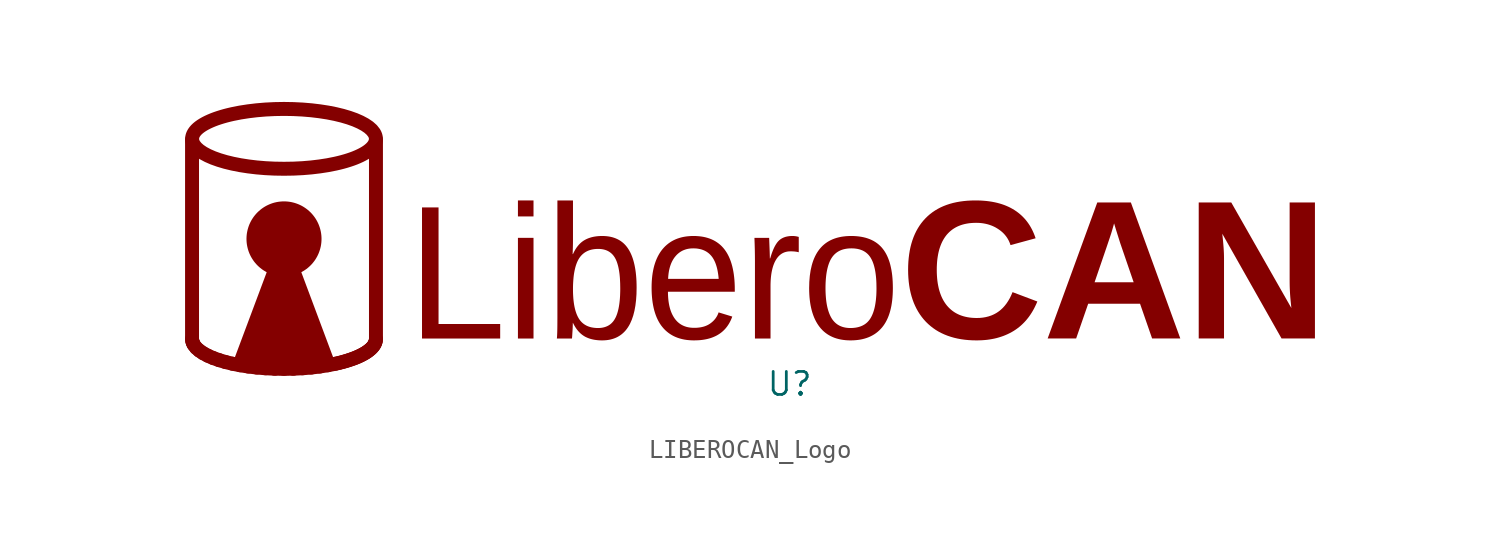
<source format=kicad_sym>
(kicad_symbol_lib
  (version 20231120)
  (generator "kicad_symbol_editor")
  (generator_version "8.0")
  (symbol "LIBEROCAN_Logo"
    (property "Reference" "U"
      (at 0 0 0)
      (effects (font (size 1.27 1.27))))
    (property "Value" ""
      (at 0 0 0)
      (effects (font (size 1.27 1.27))))
    (symbol "LIBEROCAN_Logo_1_0"
      (polyline (pts (xy -33.02 2.54) (xy -33.02 13.489)) (stroke (width 0.771) (type solid) (color 132 0 0 1)) (fill (type none)))
      (polyline (pts (xy -33.01 2.401) (xy -33.017 2.486)) (stroke (width 0.771) (type solid) (color 132 0 0 1)) (fill (type none)))
      (polyline (pts (xy -32.991 2.317) (xy -33.01 2.401)) (stroke (width 0.771) (type solid) (color 132 0 0 1)) (fill (type none)))
      (polyline (pts (xy -32.958 2.234) (xy -32.991 2.317)) (stroke (width 0.771) (type solid) (color 132 0 0 1)) (fill (type none)))
      (polyline (pts (xy -32.914 2.153) (xy -32.958 2.234)) (stroke (width 0.771) (type solid) (color 132 0 0 1)) (fill (type none)))
      (polyline (pts (xy -32.789 1.994) (xy -32.914 2.153)) (stroke (width 0.771) (type solid) (color 132 0 0 1)) (fill (type none)))
      (polyline (pts (xy -32.618 1.843) (xy -32.789 1.994)) (stroke (width 0.771) (type solid) (color 132 0 0 1)) (fill (type none)))
      (polyline (pts (xy -32.404 1.698) (xy -32.618 1.843)) (stroke (width 0.771) (type solid) (color 132 0 0 1)) (fill (type none)))
      (polyline (pts (xy -32.15 1.562) (xy -32.404 1.698)) (stroke (width 0.771) (type solid) (color 132 0 0 1)) (fill (type none)))
      (polyline (pts (xy -31.857 1.434) (xy -32.15 1.562)) (stroke (width 0.771) (type solid) (color 132 0 0 1)) (fill (type none)))
      (polyline (pts (xy -31.529 1.317) (xy -31.857 1.434)) (stroke (width 0.771) (type solid) (color 132 0 0 1)) (fill (type none)))
      (polyline (pts (xy -31.169 1.21) (xy -31.529 1.317)) (stroke (width 0.771) (type solid) (color 132 0 0 1)) (fill (type none)))
      (polyline (pts (xy -30.778 1.115) (xy -31.169 1.21)) (stroke (width 0.771) (type solid) (color 132 0 0 1)) (fill (type none)))
      (polyline (pts (xy -30.359 1.032) (xy -30.778 1.115)) (stroke (width 0.771) (type solid) (color 132 0 0 1)) (fill (type none)))
      (polyline (pts (xy -29.915 0.963) (xy -30.359 1.032)) (stroke (width 0.771) (type solid) (color 132 0 0 1)) (fill (type none)))
      (polyline (pts (xy -29.449 0.907) (xy -29.915 0.963)) (stroke (width 0.771) (type solid) (color 132 0 0 1)) (fill (type none)))
      (polyline (pts (xy -28.962 0.866) (xy -29.449 0.907)) (stroke (width 0.771) (type solid) (color 132 0 0 1)) (fill (type none)))
      (polyline (pts (xy -28.458 0.841) (xy -28.962 0.866)) (stroke (width 0.771) (type solid) (color 132 0 0 1)) (fill (type none)))
      (polyline (pts (xy -27.938 0.833) (xy -28.458 0.841)) (stroke (width 0.771) (type solid) (color 132 0 0 1)) (fill (type none)))
      (polyline (pts (xy -27.419 0.841) (xy -27.938 0.833)) (stroke (width 0.771) (type solid) (color 132 0 0 1)) (fill (type none)))
      (polyline (pts (xy -26.915 0.866) (xy -27.419 0.841)) (stroke (width 0.771) (type solid) (color 132 0 0 1)) (fill (type none)))
      (polyline (pts (xy -26.428 0.907) (xy -26.915 0.866)) (stroke (width 0.771) (type solid) (color 132 0 0 1)) (fill (type none)))
      (polyline (pts (xy -25.962 0.963) (xy -26.428 0.907)) (stroke (width 0.771) (type solid) (color 132 0 0 1)) (fill (type none)))
      (polyline (pts (xy -25.518 1.032) (xy -25.962 0.963)) (stroke (width 0.771) (type solid) (color 132 0 0 1)) (fill (type none)))
      (polyline (pts (xy -25.099 1.115) (xy -25.518 1.032)) (stroke (width 0.771) (type solid) (color 132 0 0 1)) (fill (type none)))
      (polyline (pts (xy -24.9 1.161) (xy -25.099 1.115)) (stroke (width 0.771) (type solid) (color 132 0 0 1)) (fill (type none)))
      (polyline (pts (xy -24.708 1.21) (xy -24.9 1.161)) (stroke (width 0.771) (type solid) (color 132 0 0 1)) (fill (type none)))
      (polyline (pts (xy -24.524 1.262) (xy -24.708 1.21)) (stroke (width 0.771) (type solid) (color 132 0 0 1)) (fill (type none)))
      (polyline (pts (xy -24.347 1.317) (xy -24.524 1.262)) (stroke (width 0.771) (type solid) (color 132 0 0 1)) (fill (type none)))
      (polyline (pts (xy -24.179 1.374) (xy -24.347 1.317)) (stroke (width 0.771) (type solid) (color 132 0 0 1)) (fill (type none)))
      (polyline (pts (xy -24.019 1.434) (xy -24.179 1.374)) (stroke (width 0.771) (type solid) (color 132 0 0 1)) (fill (type none)))
      (polyline (pts (xy -23.869 1.497) (xy -24.019 1.434)) (stroke (width 0.771) (type solid) (color 132 0 0 1)) (fill (type none)))
      (polyline (pts (xy -23.727 1.562) (xy -23.869 1.497)) (stroke (width 0.771) (type solid) (color 132 0 0 1)) (fill (type none)))
      (polyline (pts (xy -23.595 1.629) (xy -23.727 1.562)) (stroke (width 0.771) (type solid) (color 132 0 0 1)) (fill (type none)))
      (polyline (pts (xy -23.473 1.698) (xy -23.595 1.629)) (stroke (width 0.771) (type solid) (color 132 0 0 1)) (fill (type none)))
      (polyline (pts (xy -23.36 1.769) (xy -23.473 1.698)) (stroke (width 0.771) (type solid) (color 132 0 0 1)) (fill (type none)))
      (polyline (pts (xy -23.259 1.843) (xy -23.36 1.769)) (stroke (width 0.771) (type solid) (color 132 0 0 1)) (fill (type none)))
      (polyline (pts (xy -23.168 1.918) (xy -23.259 1.843)) (stroke (width 0.771) (type solid) (color 132 0 0 1)) (fill (type none)))
      (polyline (pts (xy -23.088 1.994) (xy -23.168 1.918)) (stroke (width 0.771) (type solid) (color 132 0 0 1)) (fill (type none)))
      (polyline (pts (xy -23.02 2.073) (xy -23.088 1.994)) (stroke (width 0.771) (type solid) (color 132 0 0 1)) (fill (type none)))
      (polyline (pts (xy -22.963 2.153) (xy -23.02 2.073)) (stroke (width 0.771) (type solid) (color 132 0 0 1)) (fill (type none)))
      (polyline (pts (xy -22.918 2.234) (xy -22.963 2.153)) (stroke (width 0.771) (type solid) (color 132 0 0 1)) (fill (type none)))
      (polyline (pts (xy -22.886 2.317) (xy -22.918 2.234)) (stroke (width 0.771) (type solid) (color 132 0 0 1)) (fill (type none)))
      (polyline (pts (xy -22.866 2.401) (xy -22.886 2.317)) (stroke (width 0.771) (type solid) (color 132 0 0 1)) (fill (type none)))
      (polyline (pts (xy -22.86 2.486) (xy -22.866 2.401)) (stroke (width 0.771) (type solid) (color 132 0 0 1)) (fill (type none)))
      (polyline (pts (xy -22.857 13.489) (xy -22.857 2.54)) (stroke (width 0.771) (type solid) (color 132 0 0 1)) (fill (type none)))
      (polyline (pts (xy -25.054 1.02) (xy -30.823 1.02) (xy -27.938 8.729) (xy -25.054 1.02)) (stroke (width -0.0001) (type solid)) (fill (type color) (color 132 0 0 1)))
      (polyline (pts (xy -14.151 2.509) (xy -15.012 2.509) (xy -15.012 8.073) (xy -14.151 8.073) (xy -14.151 2.509)) (stroke (width -0.0001) (type solid)) (fill (type color) (color 132 0 0 1)))
      (polyline (pts (xy -14.151 9.256) (xy -15.012 9.256) (xy -15.012 10.14) (xy -14.151 10.14) (xy -14.151 9.256)) (stroke (width -0.0001) (type solid)) (fill (type color) (color 132 0 0 1)))
      (polyline (pts (xy -19.399 3.312) (xy -15.993 3.312) (xy -15.993 2.509) (xy -20.312 2.509) (xy -20.312 9.754) (xy -19.399 9.754) (xy -19.399 3.312)) (stroke (width -0.0001) (type solid)) (fill (type color) (color 132 0 0 1)))
      (polyline (pts (xy 21.589 2.513) (xy 20.031 2.513) (xy 19.364 4.433) (xy 16.5 4.433) (xy 15.834 2.513) (xy 14.26 2.513) (xy 15.393 5.617) (xy 16.852 5.617) (xy 19.012 5.617) (xy 18.271 7.777) (xy 18.042 8.503) (xy 17.93 8.871) (xy 17.898 8.753) (xy 17.87 8.654) (xy 17.839 8.548) (xy 17.806 8.435) (xy 17.77 8.316) (xy 17.684 8.055) (xy 17.503 7.519) (xy 16.852 5.617) (xy 15.393 5.617) (xy 17.002 10.028) (xy 18.858 10.028) (xy 21.589 2.513)) (stroke (width -0.0001) (type solid)) (fill (type color) (color 132 0 0 1)))
      (polyline (pts (xy 27.727 4.193) (xy 27.705 4.392) (xy 27.686 4.587) (xy 27.669 4.777) (xy 27.655 4.963) (xy 27.645 5.144) (xy 27.637 5.32) (xy 27.633 5.492) (xy 27.631 5.66) (xy 27.631 10.028) (xy 29.029 10.028) (xy 29.029 2.513) (xy 27.183 2.513) (xy 23.909 8.3) (xy 23.951 7.899) (xy 23.967 7.715) (xy 23.981 7.54) (xy 23.991 7.376) (xy 23.999 7.222) (xy 24.003 7.079) (xy 24.005 6.945) (xy 24.005 2.513) (xy 22.607 2.513) (xy 22.607 10.028) (xy 24.405 10.028) (xy 27.727 4.193)) (stroke (width -0.0001) (type solid)) (fill (type color) (color 132 0 0 1)))
      (polyline (pts (xy -27.419 15.188) (xy -26.915 15.163) (xy -26.428 15.122) (xy -25.962 15.066) (xy -25.518 14.997) (xy -25.099 14.914) (xy -24.708 14.819) (xy -24.347 14.712) (xy -24.019 14.595) (xy -23.727 14.467) (xy -23.473 14.331) (xy -23.259 14.187) (xy -23.088 14.035) (xy -22.963 13.876) (xy -22.918 13.795) (xy -22.886 13.712) (xy -22.866 13.628) (xy -22.86 13.543) (xy -22.866 13.458) (xy -22.886 13.374) (xy -22.918 13.291) (xy -22.963 13.21) (xy -23.02 13.13) (xy -23.088 13.051) (xy -23.168 12.975) (xy -23.259 12.899) (xy -23.36 12.826) (xy -23.473 12.755) (xy -23.595 12.686) (xy -23.727 12.619) (xy -23.869 12.554) (xy -24.019 12.491) (xy -24.179 12.431) (xy -24.347 12.374) (xy -24.524 12.319) (xy -24.708 12.267) (xy -24.9 12.218) (xy -25.099 12.172) (xy -25.518 12.089) (xy -25.962 12.02) (xy -26.428 11.964) (xy -26.915 11.923) (xy -27.419 11.898) (xy -27.938 11.89) (xy -28.458 11.898) (xy -28.962 11.923) (xy -29.449 11.964) (xy -29.915 12.02) (xy -30.359 12.089) (xy -30.778 12.172) (xy -31.169 12.267) (xy -31.529 12.374) (xy -31.857 12.491) (xy -32.15 12.619) (xy -32.404 12.755) (xy -32.618 12.899) (xy -32.789 13.051) (xy -32.914 13.21) (xy -32.958 13.291) (xy -32.991 13.374) (xy -33.01 13.458) (xy -33.017 13.543) (xy -33.01 13.628) (xy -32.991 13.712) (xy -32.958 13.795) (xy -32.914 13.876) (xy -32.857 13.956) (xy -32.789 14.035) (xy -32.709 14.112) (xy -32.618 14.187) (xy -32.516 14.26) (xy -32.404 14.331) (xy -32.282 14.4) (xy -32.15 14.467) (xy -32.008 14.532) (xy -31.857 14.595) (xy -31.698 14.655) (xy -31.529 14.712) (xy -31.353 14.767) (xy -31.169 14.819) (xy -30.977 14.868) (xy -30.778 14.914) (xy -30.359 14.997) (xy -29.915 15.066) (xy -29.449 15.122) (xy -28.962 15.163) (xy -28.458 15.188) (xy -27.938 15.197) (xy -27.419 15.188)) (stroke (width 0.771) (type solid) (color 132 0 0 1)) (fill (type none)))
      (polyline (pts (xy 0.2 8.175) (xy 0.243 8.173) (xy 0.286 8.169) (xy 0.33 8.163) (xy 0.374 8.156) (xy 0.418 8.147) (xy 0.462 8.136) (xy 0.506 8.124) (xy 0.506 7.276) (xy 0.484 7.282) (xy 0.461 7.288) (xy 0.437 7.293) (xy 0.412 7.298) (xy 0.387 7.303) (xy 0.36 7.307) (xy 0.305 7.314) (xy 0.246 7.32) (xy 0.183 7.324) (xy 0.117 7.327) (xy 0.046 7.327) (xy -0.019 7.325) (xy -0.083 7.32) (xy -0.145 7.31) (xy -0.205 7.296) (xy -0.264 7.279) (xy -0.32 7.257) (xy -0.374 7.232) (xy -0.426 7.203) (xy -0.476 7.17) (xy -0.524 7.133) (xy -0.57 7.092) (xy -0.615 7.047) (xy -0.657 6.998) (xy -0.697 6.946) (xy -0.735 6.889) (xy -0.771 6.829) (xy -0.806 6.765) (xy -0.838 6.699) (xy -0.867 6.628) (xy -0.895 6.555) (xy -0.92 6.478) (xy -0.943 6.398) (xy -0.964 6.314) (xy -0.983 6.227) (xy -1 6.137) (xy -1.014 6.043) (xy -1.026 5.946) (xy -1.036 5.845) (xy -1.044 5.741) (xy -1.049 5.634) (xy -1.053 5.523) (xy -1.054 5.409) (xy -1.054 2.509) (xy -1.915 2.509) (xy -1.915 6.777) (xy -1.917 7.078) (xy -1.922 7.394) (xy -1.931 7.726) (xy -1.943 8.073) (xy -1.13 8.073) (xy -1.101 7.316) (xy -1.094 7.079) (xy -1.092 6.937) (xy -1.073 6.937) (xy -1.02 7.108) (xy -0.994 7.189) (xy -0.966 7.266) (xy -0.938 7.339) (xy -0.91 7.409) (xy -0.881 7.475) (xy -0.852 7.538) (xy -0.822 7.598) (xy -0.791 7.653) (xy -0.761 7.705) (xy -0.729 7.754) (xy -0.698 7.799) (xy -0.665 7.841) (xy -0.632 7.879) (xy -0.599 7.914) (xy -0.565 7.945) (xy -0.529 7.975) (xy -0.491 8.003) (xy -0.452 8.028) (xy -0.41 8.052) (xy -0.367 8.073) (xy -0.323 8.093) (xy -0.276 8.11) (xy -0.228 8.126) (xy -0.178 8.139) (xy -0.127 8.15) (xy -0.074 8.159) (xy -0.019 8.167) (xy 0.038 8.172) (xy 0.096 8.175) (xy 0.157 8.176) (xy 0.2 8.175)) (stroke (width -0.0001) (type solid)) (fill (type color) (color 132 0 0 1)))
      (polyline (pts (xy -27.835 10.085) (xy -27.733 10.078) (xy -27.632 10.065) (xy -27.532 10.048) (xy -27.433 10.025) (xy -27.335 9.998) (xy -27.239 9.966) (xy -27.145 9.93) (xy -27.052 9.889) (xy -26.962 9.844) (xy -26.874 9.794) (xy -26.788 9.739) (xy -26.705 9.681) (xy -26.624 9.618) (xy -26.547 9.551) (xy -26.472 9.481) (xy -26.401 9.406) (xy -26.335 9.329) (xy -26.272 9.248) (xy -26.213 9.165) (xy -26.159 9.079) (xy -26.109 8.991) (xy -26.064 8.9) (xy -26.023 8.808) (xy -25.987 8.714) (xy -25.955 8.618) (xy -25.928 8.52) (xy -25.905 8.421) (xy -25.888 8.321) (xy -25.875 8.22) (xy -25.868 8.117) (xy -25.865 8.015) (xy -25.868 7.912) (xy -25.875 7.81) (xy -25.888 7.708) (xy -25.905 7.608) (xy -25.928 7.509) (xy -25.955 7.412) (xy -25.987 7.316) (xy -26.023 7.221) (xy -26.064 7.129) (xy -26.109 7.038) (xy -26.159 6.95) (xy -26.213 6.864) (xy -26.272 6.781) (xy -26.335 6.701) (xy -26.401 6.623) (xy -26.472 6.549) (xy -26.547 6.478) (xy -26.624 6.411) (xy -26.705 6.348) (xy -26.788 6.29) (xy -26.874 6.236) (xy -26.962 6.186) (xy -27.052 6.14) (xy -27.145 6.099) (xy -27.239 6.063) (xy -27.335 6.031) (xy -27.433 6.004) (xy -27.532 5.982) (xy -27.632 5.964) (xy -27.733 5.952) (xy -27.835 5.944) (xy -27.938 5.941) (xy -28.045 5.944) (xy -28.15 5.952) (xy -28.254 5.965) (xy -28.356 5.984) (xy -28.456 6.007) (xy -28.555 6.035) (xy -28.651 6.067) (xy -28.745 6.104) (xy -28.837 6.146) (xy -28.927 6.192) (xy -29.013 6.242) (xy -29.098 6.295) (xy -29.179 6.353) (xy -29.257 6.415) (xy -29.332 6.48) (xy -29.404 6.549) (xy -29.473 6.621) (xy -29.538 6.696) (xy -29.6 6.774) (xy -29.657 6.856) (xy -29.711 6.94) (xy -29.761 7.026) (xy -29.807 7.116) (xy -29.849 7.208) (xy -29.886 7.302) (xy -29.918 7.398) (xy -29.946 7.497) (xy -29.969 7.597) (xy -29.988 7.699) (xy -30.001 7.803) (xy -30.009 7.908) (xy -30.012 8.015) (xy -30.009 8.121) (xy -30.001 8.227) (xy -29.988 8.33) (xy -29.969 8.432) (xy -29.946 8.533) (xy -29.918 8.631) (xy -29.886 8.727) (xy -29.849 8.822) (xy -29.807 8.913) (xy -29.761 9.003) (xy -29.711 9.09) (xy -29.657 9.174) (xy -29.6 9.255) (xy -29.538 9.333) (xy -29.473 9.409) (xy -29.404 9.481) (xy -29.332 9.549) (xy -29.257 9.614) (xy -29.179 9.676) (xy -29.098 9.734) (xy -29.013 9.788) (xy -28.927 9.838) (xy -28.837 9.883) (xy -28.745 9.925) (xy -28.651 9.962) (xy -28.555 9.995) (xy -28.456 10.023) (xy -28.356 10.046) (xy -28.254 10.064) (xy -28.15 10.077) (xy -28.045 10.085) (xy -27.938 10.088) (xy -27.835 10.085)) (stroke (width -0.0001) (type solid)) (fill (type color) (color 132 0 0 1)))
      (polyline (pts (xy 10.434 10.138) (xy 10.594 10.132) (xy 10.75 10.121) (xy 10.902 10.107) (xy 11.05 10.088) (xy 11.194 10.065) (xy 11.334 10.038) (xy 11.471 10.007) (xy 11.604 9.971) (xy 11.733 9.932) (xy 11.858 9.888) (xy 11.979 9.84) (xy 12.096 9.788) (xy 12.21 9.732) (xy 12.32 9.671) (xy 12.426 9.607) (xy 12.528 9.539) (xy 12.626 9.467) (xy 12.72 9.391) (xy 12.811 9.311) (xy 12.897 9.228) (xy 12.98 9.14) (xy 13.059 9.049) (xy 13.134 8.953) (xy 13.205 8.854) (xy 13.272 8.751) (xy 13.335 8.644) (xy 13.395 8.533) (xy 13.45 8.418) (xy 13.502 8.299) (xy 13.55 8.176) (xy 13.594 8.049) (xy 12.207 7.671) (xy 12.184 7.74) (xy 12.158 7.808) (xy 12.129 7.874) (xy 12.098 7.939) (xy 12.064 8.001) (xy 12.027 8.062) (xy 11.988 8.12) (xy 11.946 8.177) (xy 11.901 8.232) (xy 11.854 8.286) (xy 11.804 8.337) (xy 11.751 8.387) (xy 11.696 8.434) (xy 11.638 8.48) (xy 11.577 8.524) (xy 11.514 8.567) (xy 11.449 8.607) (xy 11.383 8.646) (xy 11.315 8.681) (xy 11.246 8.714) (xy 11.175 8.744) (xy 11.103 8.771) (xy 11.03 8.796) (xy 10.955 8.819) (xy 10.879 8.838) (xy 10.801 8.855) (xy 10.721 8.87) (xy 10.64 8.882) (xy 10.558 8.891) (xy 10.475 8.898) (xy 10.389 8.901) (xy 10.303 8.903) (xy 10.171 8.9) (xy 10.044 8.892) (xy 9.921 8.88) (xy 9.802 8.861) (xy 9.686 8.838) (xy 9.575 8.81) (xy 9.467 8.776) (xy 9.364 8.737) (xy 9.265 8.694) (xy 9.169 8.644) (xy 9.078 8.59) (xy 8.991 8.531) (xy 8.908 8.466) (xy 8.828 8.396) (xy 8.753 8.321) (xy 8.681 8.241) (xy 8.615 8.156) (xy 8.553 8.066) (xy 8.495 7.972) (xy 8.441 7.872) (xy 8.392 7.768) (xy 8.347 7.659) (xy 8.306 7.545) (xy 8.269 7.427) (xy 8.237 7.303) (xy 8.209 7.175) (xy 8.186 7.042) (xy 8.166 6.904) (xy 8.151 6.762) (xy 8.141 6.614) (xy 8.134 6.462) (xy 8.132 6.305) (xy 8.134 6.146) (xy 8.141 5.991) (xy 8.152 5.841) (xy 8.167 5.696) (xy 8.187 5.555) (xy 8.212 5.42) (xy 8.24 5.289) (xy 8.273 5.163) (xy 8.311 5.041) (xy 8.353 4.925) (xy 8.399 4.813) (xy 8.45 4.706) (xy 8.505 4.604) (xy 8.565 4.507) (xy 8.629 4.414) (xy 8.697 4.327) (xy 8.771 4.244) (xy 8.848 4.167) (xy 8.929 4.095) (xy 9.014 4.028) (xy 9.103 3.966) (xy 9.196 3.91) (xy 9.293 3.86) (xy 9.393 3.814) (xy 9.498 3.775) (xy 9.607 3.74) (xy 9.719 3.711) (xy 9.835 3.687) (xy 9.956 3.668) (xy 10.08 3.655) (xy 10.208 3.647) (xy 10.34 3.644) (xy 10.515 3.649) (xy 10.683 3.666) (xy 10.844 3.694) (xy 10.998 3.733) (xy 11.145 3.783) (xy 11.216 3.813) (xy 11.286 3.845) (xy 11.354 3.88) (xy 11.42 3.917) (xy 11.484 3.958) (xy 11.547 4.001) (xy 11.608 4.047) (xy 11.667 4.096) (xy 11.781 4.202) (xy 11.887 4.319) (xy 11.987 4.448) (xy 12.08 4.588) (xy 12.167 4.738) (xy 12.246 4.9) (xy 12.319 5.073) (xy 13.69 4.556) (xy 13.633 4.422) (xy 13.572 4.293) (xy 13.509 4.167) (xy 13.442 4.046) (xy 13.372 3.93) (xy 13.299 3.818) (xy 13.223 3.71) (xy 13.143 3.607) (xy 13.06 3.507) (xy 12.974 3.413) (xy 12.884 3.322) (xy 12.792 3.236) (xy 12.696 3.154) (xy 12.596 3.076) (xy 12.494 3.003) (xy 12.388 2.934) (xy 12.28 2.87) (xy 12.17 2.811) (xy 12.056 2.755) (xy 11.94 2.704) (xy 11.822 2.656) (xy 11.7 2.613) (xy 11.576 2.574) (xy 11.45 2.538) (xy 11.32 2.507) (xy 11.188 2.481) (xy 11.053 2.458) (xy 10.916 2.439) (xy 10.776 2.425) (xy 10.633 2.415) (xy 10.488 2.409) (xy 10.34 2.406) (xy 10.117 2.41) (xy 9.9 2.422) (xy 9.689 2.442) (xy 9.485 2.47) (xy 9.287 2.506) (xy 9.096 2.55) (xy 8.911 2.603) (xy 8.732 2.663) (xy 8.56 2.731) (xy 8.394 2.807) (xy 8.235 2.89) (xy 8.082 2.982) (xy 7.936 3.083) (xy 7.796 3.191) (xy 7.662 3.307) (xy 7.535 3.43) (xy 7.415 3.562) (xy 7.303 3.701) (xy 7.199 3.845) (xy 7.103 3.996) (xy 7.014 4.154) (xy 6.934 4.317) (xy 6.86 4.487) (xy 6.795 4.664) (xy 6.737 4.847) (xy 6.687 5.036) (xy 6.644 5.232) (xy 6.61 5.434) (xy 6.583 5.642) (xy 6.564 5.857) (xy 6.552 6.078) (xy 6.548 6.305) (xy 6.552 6.533) (xy 6.563 6.755) (xy 6.582 6.969) (xy 6.608 7.177) (xy 6.641 7.378) (xy 6.682 7.573) (xy 6.731 7.76) (xy 6.787 7.941) (xy 6.85 8.116) (xy 6.921 8.283) (xy 6.999 8.444) (xy 7.085 8.598) (xy 7.178 8.746) (xy 7.279 8.887) (xy 7.387 9.021) (xy 7.503 9.148) (xy 7.625 9.268) (xy 7.755 9.381) (xy 7.891 9.485) (xy 8.034 9.582) (xy 8.183 9.671) (xy 8.339 9.753) (xy 8.502 9.826) (xy 8.672 9.892) (xy 8.848 9.95) (xy 9.032 10.001) (xy 9.221 10.043) (xy 9.418 10.078) (xy 9.621 10.105) (xy 9.831 10.125) (xy 10.047 10.136) (xy 10.271 10.14) (xy 10.434 10.138)) (stroke (width -0.0001) (type solid)) (fill (type color) (color 132 0 0 1)))
      (polyline (pts (xy -5.171 8.173) (xy -5.035 8.164) (xy -4.903 8.15) (xy -4.776 8.13) (xy -4.654 8.104) (xy -4.536 8.072) (xy -4.422 8.034) (xy -4.313 7.991) (xy -4.208 7.942) (xy -4.108 7.887) (xy -4.012 7.826) (xy -3.921 7.76) (xy -3.834 7.688) (xy -3.751 7.61) (xy -3.673 7.526) (xy -3.6 7.437) (xy -3.531 7.341) (xy -3.466 7.24) (xy -3.406 7.133) (xy -3.35 7.021) (xy -3.299 6.902) (xy -3.252 6.778) (xy -3.21 6.648) (xy -3.172 6.513) (xy -3.139 6.371) (xy -3.11 6.224) (xy -3.085 6.071) (xy -3.065 5.912) (xy -3.049 5.747) (xy -3.038 5.577) (xy -3.031 5.401) (xy -3.029 5.219) (xy -3.029 5.096) (xy -6.722 5.096) (xy -6.721 4.978) (xy -6.716 4.864) (xy -6.709 4.753) (xy -6.699 4.645) (xy -6.686 4.541) (xy -6.67 4.44) (xy -6.652 4.343) (xy -6.63 4.249) (xy -6.606 4.158) (xy -6.578 4.071) (xy -6.548 3.987) (xy -6.515 3.907) (xy -6.479 3.83) (xy -6.44 3.757) (xy -6.399 3.687) (xy -6.354 3.62) (xy -6.307 3.557) (xy -6.256 3.498) (xy -6.204 3.443) (xy -6.149 3.393) (xy -6.09 3.346) (xy -6.061 3.324) (xy -6.03 3.304) (xy -5.999 3.284) (xy -5.967 3.265) (xy -5.901 3.231) (xy -5.832 3.2) (xy -5.761 3.174) (xy -5.687 3.151) (xy -5.61 3.133) (xy -5.531 3.119) (xy -5.449 3.109) (xy -5.365 3.103) (xy -5.278 3.101) (xy -5.208 3.102) (xy -5.141 3.104) (xy -5.076 3.109) (xy -5.012 3.116) (xy -4.95 3.124) (xy -4.889 3.135) (xy -4.831 3.147) (xy -4.774 3.161) (xy -4.719 3.177) (xy -4.666 3.195) (xy -4.614 3.215) (xy -4.565 3.237) (xy -4.516 3.26) (xy -4.47 3.286) (xy -4.426 3.313) (xy -4.383 3.342) (xy -4.341 3.373) (xy -4.302 3.405) (xy -4.263 3.438) (xy -4.227 3.471) (xy -4.192 3.506) (xy -4.159 3.542) (xy -4.128 3.578) (xy -4.098 3.616) (xy -4.071 3.655) (xy -4.045 3.695) (xy -4.02 3.735) (xy -3.997 3.777) (xy -3.976 3.82) (xy -3.957 3.864) (xy -3.94 3.908) (xy -3.924 3.954) (xy -3.168 3.723) (xy -3.198 3.642) (xy -3.231 3.563) (xy -3.265 3.488) (xy -3.303 3.414) (xy -3.342 3.344) (xy -3.384 3.276) (xy -3.428 3.21) (xy -3.474 3.147) (xy -3.522 3.087) (xy -3.573 3.029) (xy -3.627 2.973) (xy -3.682 2.921) (xy -3.74 2.87) (xy -3.8 2.823) (xy -3.863 2.778) (xy -3.927 2.736) (xy -3.994 2.696) (xy -4.064 2.658) (xy -4.136 2.624) (xy -4.21 2.592) (xy -4.286 2.562) (xy -4.364 2.535) (xy -4.445 2.511) (xy -4.529 2.489) (xy -4.614 2.47) (xy -4.702 2.453) (xy -4.792 2.439) (xy -4.885 2.427) (xy -4.979 2.418) (xy -5.077 2.412) (xy -5.278 2.406) (xy -5.419 2.409) (xy -5.556 2.418) (xy -5.689 2.432) (xy -5.818 2.452) (xy -5.942 2.478) (xy -6.062 2.51) (xy -6.178 2.547) (xy -6.289 2.59) (xy -6.397 2.639) (xy -6.5 2.694) (xy -6.598 2.754) (xy -6.693 2.82) (xy -6.783 2.892) (xy -6.869 2.969) (xy -6.951 3.053) (xy -7.028 3.142) (xy -7.101 3.236) (xy -7.169 3.337) (xy -7.232 3.443) (xy -7.29 3.554) (xy -7.344 3.671) (xy -7.393 3.794) (xy -7.437 3.922) (xy -7.477 4.056) (xy -7.512 4.195) (xy -7.542 4.34) (xy -7.568 4.491) (xy -7.589 4.647) (xy -7.605 4.809) (xy -7.617 4.976) (xy -7.624 5.149) (xy -7.626 5.327) (xy -7.624 5.497) (xy -7.617 5.662) (xy -7.606 5.805) (xy -6.713 5.805) (xy -3.919 5.805) (xy -3.929 5.913) (xy -3.941 6.018) (xy -3.956 6.118) (xy -3.972 6.215) (xy -3.99 6.308) (xy -4.011 6.398) (xy -4.034 6.483) (xy -4.059 6.565) (xy -4.086 6.643) (xy -4.115 6.718) (xy -4.147 6.788) (xy -4.18 6.855) (xy -4.216 6.918) (xy -4.253 6.978) (xy -4.293 7.034) (xy -4.335 7.086) (xy -4.38 7.135) (xy -4.426 7.181) (xy -4.475 7.224) (xy -4.526 7.263) (xy -4.58 7.3) (xy -4.636 7.333) (xy -4.694 7.363) (xy -4.755 7.39) (xy -4.818 7.414) (xy -4.883 7.435) (xy -4.951 7.452) (xy -5.021 7.466) (xy -5.094 7.478) (xy -5.169 7.486) (xy -5.246 7.49) (xy -5.325 7.492) (xy -5.403 7.49) (xy -5.478 7.485) (xy -5.551 7.476) (xy -5.623 7.464) (xy -5.692 7.448) (xy -5.759 7.428) (xy -5.824 7.405) (xy -5.888 7.379) (xy -5.949 7.349) (xy -6.008 7.315) (xy -6.065 7.278) (xy -6.12 7.237) (xy -6.173 7.193) (xy -6.224 7.146) (xy -6.273 7.094) (xy -6.32 7.039) (xy -6.365 6.982) (xy -6.406 6.922) (xy -6.445 6.86) (xy -6.481 6.795) (xy -6.515 6.727) (xy -6.546 6.656) (xy -6.574 6.583) (xy -6.6 6.507) (xy -6.623 6.429) (xy -6.644 6.348) (xy -6.662 6.264) (xy -6.677 6.178) (xy -6.69 6.088) (xy -6.7 5.997) (xy -6.708 5.902) (xy -6.713 5.805) (xy -7.606 5.805) (xy -7.605 5.821) (xy -7.589 5.976) (xy -7.568 6.126) (xy -7.542 6.27) (xy -7.512 6.41) (xy -7.477 6.545) (xy -7.437 6.674) (xy -7.393 6.799) (xy -7.344 6.918) (xy -7.29 7.033) (xy -7.232 7.142) (xy -7.169 7.247) (xy -7.101 7.346) (xy -7.028 7.441) (xy -6.951 7.529) (xy -6.87 7.613) (xy -6.784 7.69) (xy -6.695 7.762) (xy -6.602 7.828) (xy -6.504 7.889) (xy -6.403 7.943) (xy -6.298 7.992) (xy -6.188 8.035) (xy -6.075 8.072) (xy -5.958 8.104) (xy -5.836 8.13) (xy -5.711 8.15) (xy -5.582 8.164) (xy -5.448 8.173) (xy -5.311 8.176) (xy -5.171 8.173)) (stroke (width -0.0001) (type solid)) (fill (type color) (color 132 0 0 1)))
      (polyline (pts (xy 3.546 8.173) (xy 3.687 8.165) (xy 3.823 8.151) (xy 3.954 8.132) (xy 4.08 8.107) (xy 4.202 8.077) (xy 4.318 8.041) (xy 4.429 8) (xy 4.536 7.953) (xy 4.638 7.901) (xy 4.735 7.843) (xy 4.827 7.78) (xy 4.914 7.711) (xy 4.996 7.636) (xy 5.074 7.557) (xy 5.146 7.471) (xy 5.214 7.381) (xy 5.277 7.284) (xy 5.336 7.182) (xy 5.391 7.073) (xy 5.441 6.958) (xy 5.487 6.838) (xy 5.529 6.711) (xy 5.566 6.578) (xy 5.598 6.439) (xy 5.627 6.294) (xy 5.651 6.143) (xy 5.671 5.986) (xy 5.686 5.822) (xy 5.697 5.653) (xy 5.703 5.478) (xy 5.706 5.296) (xy 5.703 5.117) (xy 5.696 4.943) (xy 5.684 4.775) (xy 5.668 4.613) (xy 5.647 4.456) (xy 5.622 4.306) (xy 5.591 4.161) (xy 5.556 4.022) (xy 5.516 3.889) (xy 5.472 3.762) (xy 5.423 3.641) (xy 5.369 3.525) (xy 5.311 3.416) (xy 5.248 3.312) (xy 5.18 3.213) (xy 5.108 3.121) (xy 5.031 3.035) (xy 4.95 2.954) (xy 4.864 2.878) (xy 4.775 2.808) (xy 4.681 2.744) (xy 4.583 2.686) (xy 4.481 2.633) (xy 4.375 2.585) (xy 4.264 2.543) (xy 4.149 2.507) (xy 4.03 2.476) (xy 3.907 2.451) (xy 3.779 2.432) (xy 3.647 2.418) (xy 3.511 2.409) (xy 3.371 2.406) (xy 3.232 2.409) (xy 3.096 2.418) (xy 2.966 2.433) (xy 2.839 2.453) (xy 2.717 2.479) (xy 2.599 2.511) (xy 2.485 2.548) (xy 2.376 2.592) (xy 2.271 2.641) (xy 2.171 2.696) (xy 2.075 2.756) (xy 1.983 2.823) (xy 1.895 2.895) (xy 1.812 2.973) (xy 1.733 3.057) (xy 1.659 3.147) (xy 1.589 3.243) (xy 1.523 3.344) (xy 1.462 3.45) (xy 1.405 3.561) (xy 1.353 3.677) (xy 1.306 3.799) (xy 1.263 3.925) (xy 1.224 4.057) (xy 1.191 4.194) (xy 1.161 4.336) (xy 1.136 4.483) (xy 1.116 4.636) (xy 1.1 4.793) (xy 1.089 4.956) (xy 1.082 5.123) (xy 1.08 5.296) (xy 1.984 5.296) (xy 1.985 5.161) (xy 1.989 5.03) (xy 1.996 4.903) (xy 2.005 4.78) (xy 2.016 4.662) (xy 2.03 4.548) (xy 2.047 4.438) (xy 2.066 4.332) (xy 2.088 4.231) (xy 2.113 4.134) (xy 2.14 4.041) (xy 2.17 3.952) (xy 2.202 3.868) (xy 2.237 3.788) (xy 2.274 3.712) (xy 2.314 3.641) (xy 2.335 3.607) (xy 2.357 3.574) (xy 2.38 3.542) (xy 2.404 3.512) (xy 2.428 3.482) (xy 2.453 3.454) (xy 2.479 3.426) (xy 2.505 3.4) (xy 2.532 3.375) (xy 2.56 3.35) (xy 2.589 3.327) (xy 2.618 3.305) (xy 2.648 3.284) (xy 2.679 3.264) (xy 2.711 3.246) (xy 2.743 3.228) (xy 2.776 3.211) (xy 2.81 3.196) (xy 2.845 3.181) (xy 2.88 3.168) (xy 2.916 3.155) (xy 2.953 3.144) (xy 2.991 3.134) (xy 3.029 3.125) (xy 3.068 3.117) (xy 3.108 3.11) (xy 3.148 3.104) (xy 3.189 3.099) (xy 3.274 3.092) (xy 3.362 3.09) (xy 3.457 3.092) (xy 3.548 3.099) (xy 3.636 3.109) (xy 3.721 3.124) (xy 3.803 3.143) (xy 3.88 3.166) (xy 3.954 3.193) (xy 4.025 3.224) (xy 4.093 3.26) (xy 4.157 3.299) (xy 4.217 3.343) (xy 4.274 3.391) (xy 4.327 3.443) (xy 4.377 3.5) (xy 4.424 3.56) (xy 4.467 3.625) (xy 4.507 3.694) (xy 4.545 3.768) (xy 4.58 3.847) (xy 4.613 3.93) (xy 4.643 4.018) (xy 4.671 4.111) (xy 4.696 4.208) (xy 4.718 4.31) (xy 4.737 4.417) (xy 4.754 4.529) (xy 4.769 4.645) (xy 4.78 4.766) (xy 4.79 4.891) (xy 4.796 5.022) (xy 4.8 5.157) (xy 4.801 5.296) (xy 4.796 5.574) (xy 4.79 5.706) (xy 4.781 5.833) (xy 4.77 5.954) (xy 4.756 6.071) (xy 4.74 6.183) (xy 4.721 6.29) (xy 4.7 6.392) (xy 4.676 6.489) (xy 4.65 6.581) (xy 4.621 6.668) (xy 4.59 6.75) (xy 4.556 6.828) (xy 4.52 6.9) (xy 4.481 6.967) (xy 4.461 7) (xy 4.44 7.031) (xy 4.418 7.061) (xy 4.395 7.09) (xy 4.372 7.119) (xy 4.347 7.146) (xy 4.322 7.172) (xy 4.296 7.197) (xy 4.269 7.221) (xy 4.241 7.244) (xy 4.213 7.266) (xy 4.183 7.287) (xy 4.153 7.307) (xy 4.121 7.326) (xy 4.089 7.344) (xy 4.056 7.361) (xy 4.023 7.377) (xy 3.988 7.391) (xy 3.953 7.405) (xy 3.916 7.418) (xy 3.879 7.43) (xy 3.841 7.441) (xy 3.802 7.45) (xy 3.763 7.459) (xy 3.722 7.467) (xy 3.68 7.473) (xy 3.595 7.484) (xy 3.506 7.49) (xy 3.414 7.492) (xy 3.321 7.49) (xy 3.232 7.484) (xy 3.145 7.473) (xy 3.062 7.458) (xy 2.982 7.44) (xy 2.906 7.417) (xy 2.833 7.39) (xy 2.762 7.358) (xy 2.696 7.323) (xy 2.632 7.283) (xy 2.572 7.239) (xy 2.515 7.191) (xy 2.461 7.139) (xy 2.41 7.082) (xy 2.363 7.022) (xy 2.319 6.957) (xy 2.278 6.889) (xy 2.24 6.815) (xy 2.205 6.737) (xy 2.172 6.655) (xy 2.142 6.567) (xy 2.115 6.475) (xy 2.09 6.379) (xy 2.068 6.277) (xy 2.048 6.171) (xy 2.031 6.06) (xy 2.017 5.945) (xy 2.005 5.824) (xy 1.996 5.699) (xy 1.989 5.57) (xy 1.985 5.435) (xy 1.984 5.296) (xy 1.08 5.296) (xy 1.089 5.645) (xy 1.116 5.971) (xy 1.161 6.275) (xy 1.225 6.556) (xy 1.263 6.688) (xy 1.306 6.815) (xy 1.354 6.936) (xy 1.406 7.051) (xy 1.463 7.161) (xy 1.524 7.265) (xy 1.59 7.363) (xy 1.66 7.456) (xy 1.735 7.543) (xy 1.814 7.625) (xy 1.898 7.701) (xy 1.986 7.771) (xy 2.079 7.836) (xy 2.176 7.895) (xy 2.278 7.948) (xy 2.385 7.996) (xy 2.496 8.038) (xy 2.611 8.075) (xy 2.732 8.105) (xy 2.856 8.131) (xy 2.985 8.15) (xy 3.119 8.165) (xy 3.257 8.173) (xy 3.4 8.176) (xy 3.546 8.173)) (stroke (width -0.0001) (type solid)) (fill (type color) (color 132 0 0 1)))
      (polyline (pts (xy -11.97 7.965) (xy -11.971 7.79) (xy -11.975 7.601) (xy -11.981 7.397) (xy -11.989 7.178) (xy -11.97 7.178) (xy -11.939 7.244) (xy -11.908 7.307) (xy -11.875 7.368) (xy -11.841 7.427) (xy -11.805 7.483) (xy -11.769 7.537) (xy -11.731 7.588) (xy -11.692 7.637) (xy -11.652 7.684) (xy -11.611 7.728) (xy -11.569 7.77) (xy -11.525 7.81) (xy -11.48 7.847) (xy -11.434 7.882) (xy -11.387 7.914) (xy -11.338 7.944) (xy -11.288 7.972) (xy -11.236 7.999) (xy -11.183 8.023) (xy -11.128 8.046) (xy -11.072 8.066) (xy -11.014 8.085) (xy -10.955 8.103) (xy -10.895 8.118) (xy -10.833 8.132) (xy -10.769 8.143) (xy -10.704 8.153) (xy -10.638 8.161) (xy -10.57 8.168) (xy -10.501 8.172) (xy -10.43 8.175) (xy -10.358 8.176) (xy -10.237 8.173) (xy -10.121 8.165) (xy -10.008 8.151) (xy -9.9 8.132) (xy -9.796 8.107) (xy -9.696 8.076) (xy -9.6 8.04) (xy -9.508 7.998) (xy -9.42 7.951) (xy -9.336 7.899) (xy -9.256 7.84) (xy -9.18 7.777) (xy -9.108 7.707) (xy -9.041 7.633) (xy -8.977 7.552) (xy -8.918 7.466) (xy -8.862 7.375) (xy -8.809 7.277) (xy -8.76 7.174) (xy -8.715 7.066) (xy -8.673 6.951) (xy -8.635 6.831) (xy -8.601 6.706) (xy -8.57 6.574) (xy -8.543 6.437) (xy -8.519 6.294) (xy -8.499 6.145) (xy -8.483 5.991) (xy -8.47 5.831) (xy -8.461 5.665) (xy -8.456 5.494) (xy -8.454 5.317) (xy -8.461 4.964) (xy -8.484 4.635) (xy -8.521 4.328) (xy -8.573 4.044) (xy -8.64 3.782) (xy -8.722 3.543) (xy -8.818 3.327) (xy -8.872 3.228) (xy -8.93 3.134) (xy -8.991 3.046) (xy -9.056 2.963) (xy -9.125 2.887) (xy -9.198 2.816) (xy -9.274 2.75) (xy -9.354 2.691) (xy -9.438 2.637) (xy -9.525 2.588) (xy -9.616 2.546) (xy -9.711 2.509) (xy -9.809 2.478) (xy -9.912 2.452) (xy -10.018 2.432) (xy -10.127 2.418) (xy -10.241 2.409) (xy -10.358 2.406) (xy -10.431 2.407) (xy -10.502 2.41) (xy -10.572 2.414) (xy -10.64 2.421) (xy -10.706 2.429) (xy -10.771 2.438) (xy -10.835 2.45) (xy -10.897 2.463) (xy -10.958 2.478) (xy -11.017 2.495) (xy -11.074 2.513) (xy -11.13 2.534) (xy -11.184 2.556) (xy -11.237 2.58) (xy -11.289 2.605) (xy -11.338 2.633) (xy -11.386 2.663) (xy -11.433 2.695) (xy -11.479 2.729) (xy -11.523 2.766) (xy -11.567 2.804) (xy -11.609 2.845) (xy -11.65 2.888) (xy -11.69 2.933) (xy -11.729 2.981) (xy -11.767 3.03) (xy -11.803 3.082) (xy -11.839 3.136) (xy -11.873 3.192) (xy -11.907 3.25) (xy -11.939 3.311) (xy -11.97 3.373) (xy -11.979 3.373) (xy -11.981 3.283) (xy -11.984 3.171) (xy -11.99 3.039) (xy -11.999 2.885) (xy -12.008 2.74) (xy -12.015 2.629) (xy -12.022 2.552) (xy -12.025 2.526) (xy -12.027 2.509) (xy -12.86 2.509) (xy -12.853 2.588) (xy -12.847 2.685) (xy -12.842 2.801) (xy -12.838 2.935) (xy -12.835 3.087) (xy -12.833 3.258) (xy -12.831 3.656) (xy -12.831 5.229) (xy -11.97 5.229) (xy -11.969 5.095) (xy -11.965 4.965) (xy -11.958 4.839) (xy -11.95 4.718) (xy -11.938 4.601) (xy -11.924 4.488) (xy -11.908 4.38) (xy -11.889 4.277) (xy -11.867 4.178) (xy -11.843 4.083) (xy -11.816 3.993) (xy -11.787 3.908) (xy -11.755 3.826) (xy -11.721 3.75) (xy -11.684 3.678) (xy -11.645 3.61) (xy -11.624 3.578) (xy -11.602 3.547) (xy -11.58 3.517) (xy -11.557 3.488) (xy -11.533 3.46) (xy -11.508 3.433) (xy -11.483 3.407) (xy -11.457 3.382) (xy -11.429 3.359) (xy -11.402 3.336) (xy -11.373 3.314) (xy -11.343 3.293) (xy -11.313 3.273) (xy -11.282 3.255) (xy -11.25 3.237) (xy -11.218 3.22) (xy -11.184 3.204) (xy -11.15 3.19) (xy -11.115 3.176) (xy -11.079 3.163) (xy -11.043 3.152) (xy -11.005 3.141) (xy -10.967 3.131) (xy -10.928 3.123) (xy -10.848 3.109) (xy -10.764 3.099) (xy -10.677 3.092) (xy -10.587 3.09) (xy -10.508 3.092) (xy -10.43 3.098) (xy -10.356 3.108) (xy -10.285 3.123) (xy -10.216 3.141) (xy -10.151 3.163) (xy -10.088 3.189) (xy -10.028 3.219) (xy -9.97 3.253) (xy -9.916 3.291) (xy -9.865 3.333) (xy -9.816 3.38) (xy -9.77 3.43) (xy -9.727 3.484) (xy -9.687 3.542) (xy -9.65 3.605) (xy -9.614 3.672) (xy -9.581 3.744) (xy -9.551 3.822) (xy -9.522 3.904) (xy -9.496 3.992) (xy -9.472 4.085) (xy -9.45 4.182) (xy -9.431 4.285) (xy -9.414 4.392) (xy -9.399 4.505) (xy -9.386 4.622) (xy -9.376 4.745) (xy -9.368 4.873) (xy -9.363 5.005) (xy -9.359 5.143) (xy -9.358 5.286) (xy -9.363 5.567) (xy -9.376 5.828) (xy -9.386 5.951) (xy -9.398 6.068) (xy -9.413 6.18) (xy -9.43 6.287) (xy -9.449 6.389) (xy -9.47 6.486) (xy -9.494 6.577) (xy -9.52 6.664) (xy -9.547 6.745) (xy -9.578 6.821) (xy -9.61 6.892) (xy -9.645 6.957) (xy -9.663 6.988) (xy -9.682 7.018) (xy -9.702 7.047) (xy -9.722 7.075) (xy -9.743 7.102) (xy -9.765 7.128) (xy -9.788 7.154) (xy -9.811 7.178) (xy -9.835 7.201) (xy -9.86 7.223) (xy -9.885 7.244) (xy -9.911 7.264) (xy -9.938 7.283) (xy -9.965 7.302) (xy -9.993 7.319) (xy -10.022 7.335) (xy -10.051 7.35) (xy -10.081 7.365) (xy -10.112 7.378) (xy -10.144 7.39) (xy -10.176 7.402) (xy -10.209 7.412) (xy -10.243 7.421) (xy -10.277 7.43) (xy -10.312 7.437) (xy -10.348 7.443) (xy -10.385 7.449) (xy -10.422 7.453) (xy -10.46 7.457) (xy -10.498 7.459) (xy -10.578 7.461) (xy -10.667 7.459) (xy -10.754 7.453) (xy -10.837 7.442) (xy -10.917 7.428) (xy -10.994 7.409) (xy -11.068 7.386) (xy -11.139 7.359) (xy -11.207 7.327) (xy -11.272 7.292) (xy -11.334 7.252) (xy -11.392 7.208) (xy -11.448 7.16) (xy -11.5 7.108) (xy -11.55 7.052) (xy -11.596 6.991) (xy -11.64 6.926) (xy -11.68 6.857) (xy -11.717 6.783) (xy -11.752 6.704) (xy -11.784 6.62) (xy -11.814 6.531) (xy -11.841 6.437) (xy -11.865 6.338) (xy -11.887 6.235) (xy -11.907 6.126) (xy -11.924 6.013) (xy -11.938 5.894) (xy -11.949 5.771) (xy -11.958 5.643) (xy -11.965 5.51) (xy -11.969 5.372) (xy -11.97 5.229) (xy -12.831 5.229) (xy -12.831 10.14) (xy -11.97 10.14) (xy -11.97 7.965)) (stroke (width -0.0001) (type solid)) (fill (type color) (color 132 0 0 1))))))
</source>
